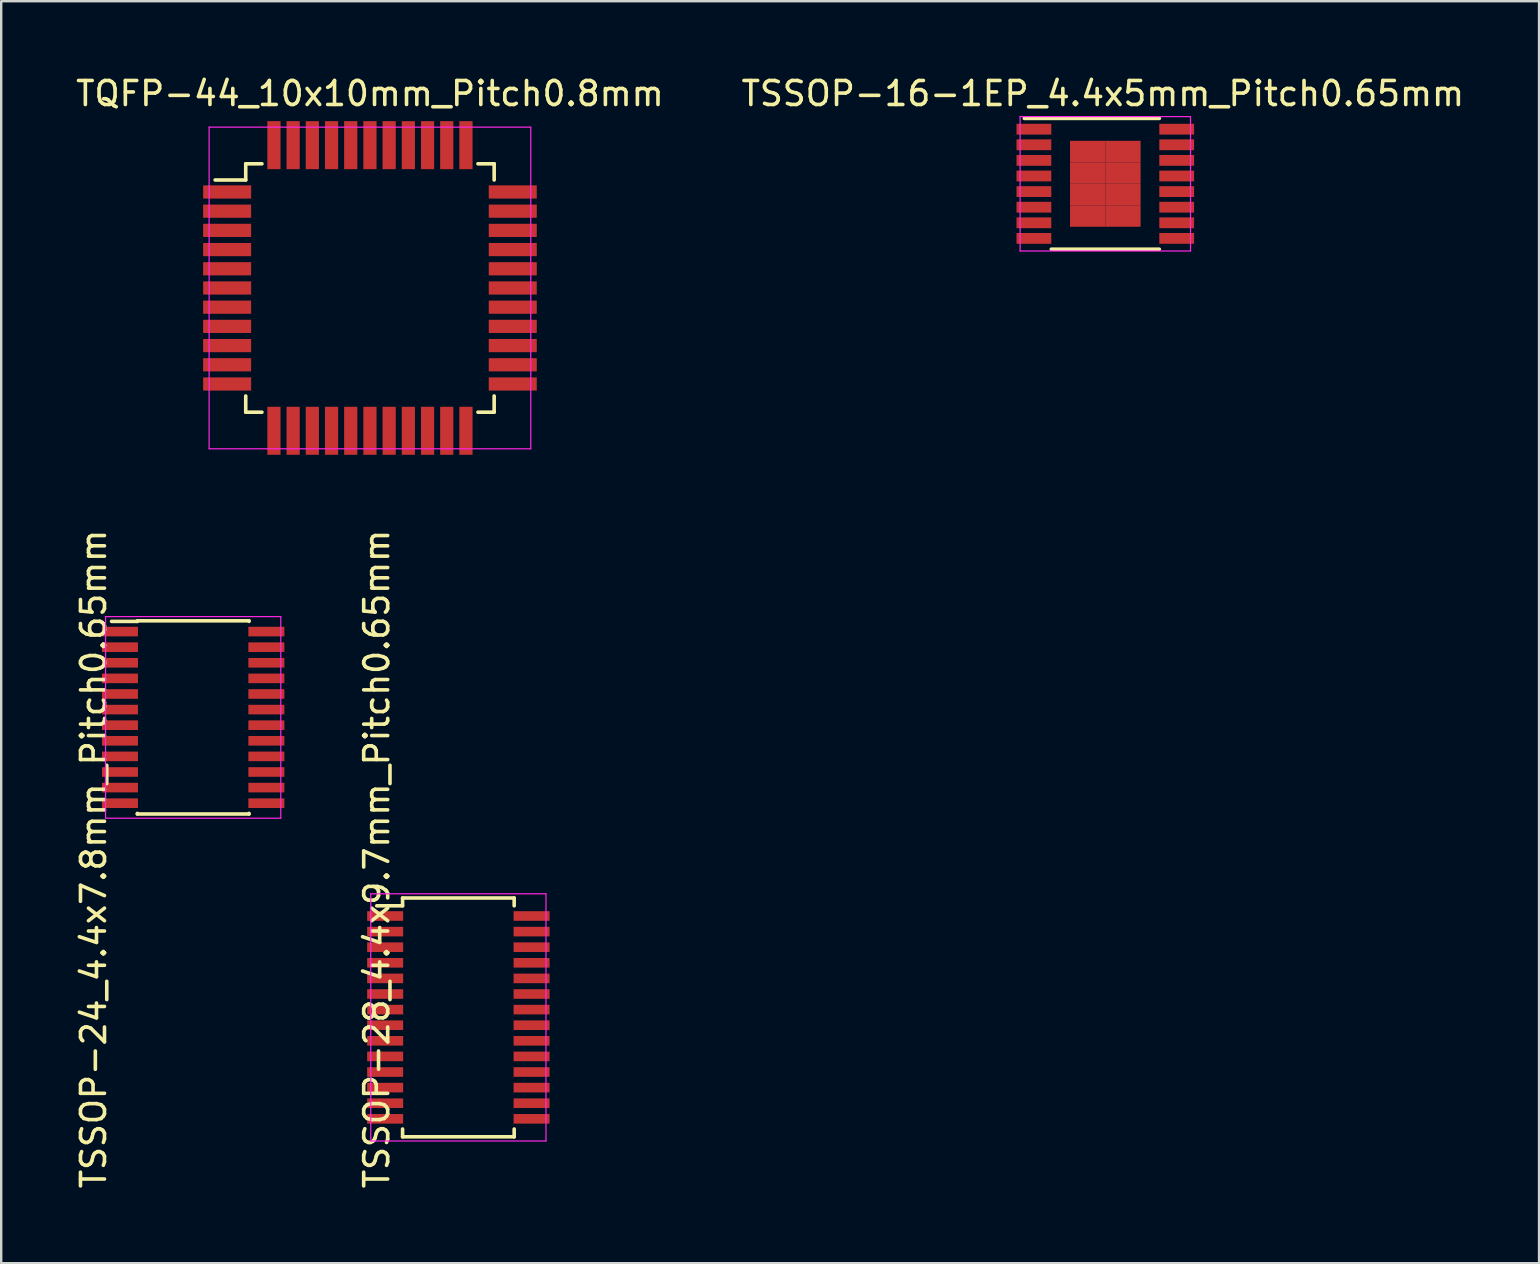
<source format=kicad_pcb>
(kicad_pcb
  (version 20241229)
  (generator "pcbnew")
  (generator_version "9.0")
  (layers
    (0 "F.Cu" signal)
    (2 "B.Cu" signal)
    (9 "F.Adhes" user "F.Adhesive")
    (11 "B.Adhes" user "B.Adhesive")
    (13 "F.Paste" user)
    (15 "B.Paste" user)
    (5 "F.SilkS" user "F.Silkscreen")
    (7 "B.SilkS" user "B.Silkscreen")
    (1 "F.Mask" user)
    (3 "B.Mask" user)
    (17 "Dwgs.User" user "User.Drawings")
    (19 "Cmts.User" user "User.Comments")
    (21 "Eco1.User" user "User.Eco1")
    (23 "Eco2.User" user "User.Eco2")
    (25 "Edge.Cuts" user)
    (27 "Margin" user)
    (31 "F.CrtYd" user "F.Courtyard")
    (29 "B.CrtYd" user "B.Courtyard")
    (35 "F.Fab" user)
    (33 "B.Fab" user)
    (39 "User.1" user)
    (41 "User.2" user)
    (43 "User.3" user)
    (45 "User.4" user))
  (footprint "TSSOP-16-1EP_4.4x5mm_Pitch0.65mm"
    (layer "F.Cu")
    (at 43 4.607)
    (property "Reference" "TSSOP-16-1EP_4.4x5mm_Pitch0.65mm" (at -0.102 -3.759 0) (layer "F.SilkS") (effects (font (size 1 1) (thickness 0.15))))
    (attr smd)
    (fp_line (start -3.375 -2.725) (end 2.25 -2.725) (stroke (width 0.15) (type solid)) (layer "F.SilkS"))
    (fp_line (start -2.25 2.725) (end 2.25 2.725) (stroke (width 0.15) (type solid)) (layer "F.SilkS"))
    (fp_line (start -3.55 -2.8) (end -3.55 2.8) (stroke (width 0.05) (type solid)) (layer "F.CrtYd"))
    (fp_line (start -3.55 -2.8) (end 3.55 -2.8) (stroke (width 0.05) (type solid)) (layer "F.CrtYd"))
    (fp_line (start -3.55 2.8) (end 3.55 2.8) (stroke (width 0.05) (type solid)) (layer "F.CrtYd"))
    (fp_line (start 3.55 -2.8) (end 3.55 2.8) (stroke (width 0.05) (type solid)) (layer "F.CrtYd"))
    (pad "1" smd rect (at -2.975 -2.275) (size 1.45 0.45) (layers "F.Cu" "F.Mask" "F.Paste"))
    (pad "2" smd rect (at -2.975 -1.625) (size 1.45 0.45) (layers "F.Cu" "F.Mask" "F.Paste"))
    (pad "3" smd rect (at -2.975 -0.975) (size 1.45 0.45) (layers "F.Cu" "F.Mask" "F.Paste"))
    (pad "4" smd rect (at -2.975 -0.325) (size 1.45 0.45) (layers "F.Cu" "F.Mask" "F.Paste"))
    (pad "5" smd rect (at -2.975 0.325) (size 1.45 0.45) (layers "F.Cu" "F.Mask" "F.Paste"))
    (pad "6" smd rect (at -2.975 0.975) (size 1.45 0.45) (layers "F.Cu" "F.Mask" "F.Paste"))
    (pad "7" smd rect (at -2.975 1.625) (size 1.45 0.45) (layers "F.Cu" "F.Mask" "F.Paste"))
    (pad "8" smd rect (at -2.975 2.275) (size 1.45 0.45) (layers "F.Cu" "F.Mask" "F.Paste"))
    (pad "9" smd rect (at 2.975 2.275) (size 1.45 0.45) (layers "F.Cu" "F.Mask" "F.Paste"))
    (pad "10" smd rect (at 2.975 1.625) (size 1.45 0.45) (layers "F.Cu" "F.Mask" "F.Paste"))
    (pad "11" smd rect (at 2.975 0.975) (size 1.45 0.45) (layers "F.Cu" "F.Mask" "F.Paste"))
    (pad "12" smd rect (at 2.975 0.325) (size 1.45 0.45) (layers "F.Cu" "F.Mask" "F.Paste"))
    (pad "13" smd rect (at 2.975 -0.325) (size 1.45 0.45) (layers "F.Cu" "F.Mask" "F.Paste"))
    (pad "14" smd rect (at 2.975 -0.975) (size 1.45 0.45) (layers "F.Cu" "F.Mask" "F.Paste"))
    (pad "15" smd rect (at 2.975 -1.625) (size 1.45 0.45) (layers "F.Cu" "F.Mask" "F.Paste"))
    (pad "16" smd rect (at 2.975 -2.275) (size 1.45 0.45) (layers "F.Cu" "F.Mask" "F.Paste"))
    (pad "17" smd rect (at -0.735 -1.343) (size 1.47 0.895) (layers "F.Cu" "F.Mask" "F.Paste"))
    (pad "17" smd rect (at -0.735 -0.448) (size 1.47 0.895) (layers "F.Cu" "F.Mask" "F.Paste"))
    (pad "17" smd rect (at -0.735 0.448) (size 1.47 0.895) (layers "F.Cu" "F.Mask" "F.Paste"))
    (pad "17" smd rect (at -0.735 1.343) (size 1.47 0.895) (layers "F.Cu" "F.Mask" "F.Paste"))
    (pad "17" smd rect (at 0.735 -1.343) (size 1.47 0.895) (layers "F.Cu" "F.Mask" "F.Paste"))
    (pad "17" smd rect (at 0.735 -0.448) (size 1.47 0.895) (layers "F.Cu" "F.Mask" "F.Paste"))
    (pad "17" smd rect (at 0.735 0.448) (size 1.47 0.895) (layers "F.Cu" "F.Mask" "F.Paste"))
    (pad "17" smd rect (at 0.735 1.343) (size 1.47 0.895) (layers "F.Cu" "F.Mask" "F.Paste")))
  (footprint "TSSOP-28_4.4x9.7mm_Pitch0.65mm"
    (layer "F.Cu")
    (at 16.047 39.338)
    (property "Reference" "TSSOP-28_4.4x9.7mm_Pitch0.65mm" (at -3.4 -6.6 90) (layer "F.SilkS") (effects (font (size 1 1) (thickness 0.15))))
    (attr smd)
    (fp_line (start -2.325 -4.975) (end -2.325 -4.65) (stroke (width 0.15) (type solid)) (layer "F.SilkS"))
    (fp_line (start -2.325 -4.975) (end 2.325 -4.975) (stroke (width 0.15) (type solid)) (layer "F.SilkS"))
    (fp_line (start -2.325 -4.65) (end -3.4 -4.65) (stroke (width 0.15) (type solid)) (layer "F.SilkS"))
    (fp_line (start -2.325 4.975) (end -2.325 4.65) (stroke (width 0.15) (type solid)) (layer "F.SilkS"))
    (fp_line (start -2.325 4.975) (end 2.325 4.975) (stroke (width 0.15) (type solid)) (layer "F.SilkS"))
    (fp_line (start 2.325 -4.975) (end 2.325 -4.65) (stroke (width 0.15) (type solid)) (layer "F.SilkS"))
    (fp_line (start 2.325 4.975) (end 2.325 4.65) (stroke (width 0.15) (type solid)) (layer "F.SilkS"))
    (fp_line (start -3.65 -5.15) (end -3.65 5.15) (stroke (width 0.05) (type solid)) (layer "F.CrtYd"))
    (fp_line (start -3.65 -5.15) (end 3.65 -5.15) (stroke (width 0.05) (type solid)) (layer "F.CrtYd"))
    (fp_line (start -3.65 5.15) (end 3.65 5.15) (stroke (width 0.05) (type solid)) (layer "F.CrtYd"))
    (fp_line (start 3.65 -5.15) (end 3.65 5.15) (stroke (width 0.05) (type solid)) (layer "F.CrtYd"))
    (pad "1" smd rect (at -3.05 -4.225) (size 1.5 0.4) (layers "F.Cu" "F.Mask"))
    (pad "2" smd rect (at -3.05 -3.575) (size 1.5 0.4) (layers "F.Cu" "F.Mask"))
    (pad "3" smd rect (at -3.05 -2.925) (size 1.5 0.4) (layers "F.Cu" "F.Mask"))
    (pad "4" smd rect (at -3.05 -2.275) (size 1.5 0.4) (layers "F.Cu" "F.Mask"))
    (pad "5" smd rect (at -3.05 -1.625) (size 1.5 0.4) (layers "F.Cu" "F.Mask"))
    (pad "6" smd rect (at -3.05 -0.975) (size 1.5 0.4) (layers "F.Cu" "F.Mask"))
    (pad "7" smd rect (at -3.05 -0.325) (size 1.5 0.4) (layers "F.Cu" "F.Mask"))
    (pad "8" smd rect (at -3.05 0.325) (size 1.5 0.4) (layers "F.Cu" "F.Mask"))
    (pad "9" smd rect (at -3.05 0.975) (size 1.5 0.4) (layers "F.Cu" "F.Mask"))
    (pad "10" smd rect (at -3.05 1.625) (size 1.5 0.4) (layers "F.Cu" "F.Mask"))
    (pad "11" smd rect (at -3.05 2.275) (size 1.5 0.4) (layers "F.Cu" "F.Mask"))
    (pad "12" smd rect (at -3.05 2.925) (size 1.5 0.4) (layers "F.Cu" "F.Mask"))
    (pad "13" smd rect (at -3.05 3.575) (size 1.5 0.4) (layers "F.Cu" "F.Mask"))
    (pad "14" smd rect (at -3.05 4.225) (size 1.5 0.4) (layers "F.Cu" "F.Mask"))
    (pad "15" smd rect (at 3.05 4.225) (size 1.5 0.4) (layers "F.Cu" "F.Mask"))
    (pad "16" smd rect (at 3.05 3.575) (size 1.5 0.4) (layers "F.Cu" "F.Mask"))
    (pad "17" smd rect (at 3.05 2.925) (size 1.5 0.4) (layers "F.Cu" "F.Mask"))
    (pad "18" smd rect (at 3.05 2.275) (size 1.5 0.4) (layers "F.Cu" "F.Mask"))
    (pad "19" smd rect (at 3.05 1.625) (size 1.5 0.4) (layers "F.Cu" "F.Mask"))
    (pad "20" smd rect (at 3.05 0.975) (size 1.5 0.4) (layers "F.Cu" "F.Mask"))
    (pad "21" smd rect (at 3.05 0.325) (size 1.5 0.4) (layers "F.Cu" "F.Mask"))
    (pad "22" smd rect (at 3.05 -0.325) (size 1.5 0.4) (layers "F.Cu" "F.Mask"))
    (pad "23" smd rect (at 3.05 -0.975) (size 1.5 0.4) (layers "F.Cu" "F.Mask"))
    (pad "24" smd rect (at 3.05 -1.625) (size 1.5 0.4) (layers "F.Cu" "F.Mask"))
    (pad "25" smd rect (at 3.05 -2.275) (size 1.5 0.4) (layers "F.Cu" "F.Mask"))
    (pad "26" smd rect (at 3.05 -2.925) (size 1.5 0.4) (layers "F.Cu" "F.Mask"))
    (pad "27" smd rect (at 3.05 -3.575) (size 1.5 0.4) (layers "F.Cu" "F.Mask"))
    (pad "28" smd rect (at 3.05 -4.225) (size 1.5 0.4) (layers "F.Cu" "F.Mask")))
  (footprint "TSSOP-24_4.4x7.8mm_Pitch0.65mm"
    (layer "F.Cu")
    (at 4.998 26.838)
    (property "Reference" "TSSOP-24_4.4x7.8mm_Pitch0.65mm" (at -4.15 5.9 90) (layer "F.SilkS") (effects (font (size 1 1) (thickness 0.15))))
    (attr smd)
    (fp_line (start -2.325 -4.025) (end -2.325 -4) (stroke (width 0.15) (type solid)) (layer "F.SilkS"))
    (fp_line (start -2.325 -4.025) (end 2.325 -4.025) (stroke (width 0.15) (type solid)) (layer "F.SilkS"))
    (fp_line (start -2.325 -4) (end -3.4 -4) (stroke (width 0.15) (type solid)) (layer "F.SilkS"))
    (fp_line (start -2.325 4.025) (end -2.325 4) (stroke (width 0.15) (type solid)) (layer "F.SilkS"))
    (fp_line (start -2.325 4.025) (end 2.325 4.025) (stroke (width 0.15) (type solid)) (layer "F.SilkS"))
    (fp_line (start 2.325 -4.025) (end 2.325 -4) (stroke (width 0.15) (type solid)) (layer "F.SilkS"))
    (fp_line (start 2.325 4.025) (end 2.325 4) (stroke (width 0.15) (type solid)) (layer "F.SilkS"))
    (fp_line (start -3.65 -4.2) (end -3.65 4.2) (stroke (width 0.05) (type solid)) (layer "F.CrtYd"))
    (fp_line (start -3.65 -4.2) (end 3.65 -4.2) (stroke (width 0.05) (type solid)) (layer "F.CrtYd"))
    (fp_line (start -3.65 4.2) (end 3.65 4.2) (stroke (width 0.05) (type solid)) (layer "F.CrtYd"))
    (fp_line (start 3.65 -4.2) (end 3.65 4.2) (stroke (width 0.05) (type solid)) (layer "F.CrtYd"))
    (pad "1" smd rect (at -3.05 -3.575) (size 1.5 0.4) (layers "F.Cu" "F.Mask"))
    (pad "2" smd rect (at -3.05 -2.925) (size 1.5 0.4) (layers "F.Cu" "F.Mask"))
    (pad "3" smd rect (at -3.05 -2.275) (size 1.5 0.4) (layers "F.Cu" "F.Mask"))
    (pad "4" smd rect (at -3.05 -1.625) (size 1.5 0.4) (layers "F.Cu" "F.Mask"))
    (pad "5" smd rect (at -3.05 -0.975) (size 1.5 0.4) (layers "F.Cu" "F.Mask"))
    (pad "6" smd rect (at -3.05 -0.325) (size 1.5 0.4) (layers "F.Cu" "F.Mask"))
    (pad "7" smd rect (at -3.05 0.325) (size 1.5 0.4) (layers "F.Cu" "F.Mask"))
    (pad "8" smd rect (at -3.05 0.975) (size 1.5 0.4) (layers "F.Cu" "F.Mask"))
    (pad "9" smd rect (at -3.05 1.625) (size 1.5 0.4) (layers "F.Cu" "F.Mask"))
    (pad "10" smd rect (at -3.05 2.275) (size 1.5 0.4) (layers "F.Cu" "F.Mask"))
    (pad "11" smd rect (at -3.05 2.925) (size 1.5 0.4) (layers "F.Cu" "F.Mask"))
    (pad "12" smd rect (at -3.05 3.575) (size 1.5 0.4) (layers "F.Cu" "F.Mask"))
    (pad "13" smd rect (at 3.05 3.575) (size 1.5 0.4) (layers "F.Cu" "F.Mask"))
    (pad "14" smd rect (at 3.05 2.925) (size 1.5 0.4) (layers "F.Cu" "F.Mask"))
    (pad "15" smd rect (at 3.05 2.275) (size 1.5 0.4) (layers "F.Cu" "F.Mask"))
    (pad "16" smd rect (at 3.05 1.625) (size 1.5 0.4) (layers "F.Cu" "F.Mask"))
    (pad "17" smd rect (at 3.05 0.975) (size 1.5 0.4) (layers "F.Cu" "F.Mask"))
    (pad "18" smd rect (at 3.05 0.325) (size 1.5 0.4) (layers "F.Cu" "F.Mask"))
    (pad "19" smd rect (at 3.05 -0.325) (size 1.5 0.4) (layers "F.Cu" "F.Mask"))
    (pad "20" smd rect (at 3.05 -0.975) (size 1.5 0.4) (layers "F.Cu" "F.Mask"))
    (pad "21" smd rect (at 3.05 -1.625) (size 1.5 0.4) (layers "F.Cu" "F.Mask"))
    (pad "22" smd rect (at 3.05 -2.275) (size 1.5 0.4) (layers "F.Cu" "F.Mask"))
    (pad "23" smd rect (at 3.05 -2.925) (size 1.5 0.4) (layers "F.Cu" "F.Mask"))
    (pad "24" smd rect (at 3.05 -3.575) (size 1.5 0.4) (layers "F.Cu" "F.Mask")))
  (footprint "TQFP-44_10x10mm_Pitch0.8mm"
    (layer "F.Cu")
    (at 12.363 8.948)
    (property "Reference" "TQFP-44_10x10mm_Pitch0.8mm" (at 0 -8.1 0) (layer "F.SilkS") (effects (font (size 1 1) (thickness 0.15))))
    (attr smd)
    (fp_line (start -5.175 -5.175) (end -5.175 -4.5) (stroke (width 0.15) (type solid)) (layer "F.SilkS"))
    (fp_line (start -5.175 -5.175) (end -4.5 -5.175) (stroke (width 0.15) (type solid)) (layer "F.SilkS"))
    (fp_line (start -5.175 -4.5) (end -6.45 -4.5) (stroke (width 0.15) (type solid)) (layer "F.SilkS"))
    (fp_line (start -5.175 5.175) (end -5.175 4.5) (stroke (width 0.15) (type solid)) (layer "F.SilkS"))
    (fp_line (start -5.175 5.175) (end -4.5 5.175) (stroke (width 0.15) (type solid)) (layer "F.SilkS"))
    (fp_line (start 5.175 -5.175) (end 4.5 -5.175) (stroke (width 0.15) (type solid)) (layer "F.SilkS"))
    (fp_line (start 5.175 -5.175) (end 5.175 -4.5) (stroke (width 0.15) (type solid)) (layer "F.SilkS"))
    (fp_line (start 5.175 5.175) (end 4.5 5.175) (stroke (width 0.15) (type solid)) (layer "F.SilkS"))
    (fp_line (start 5.175 5.175) (end 5.175 4.5) (stroke (width 0.15) (type solid)) (layer "F.SilkS"))
    (fp_line (start -6.7 -6.7) (end -6.7 6.7) (stroke (width 0.05) (type solid)) (layer "F.CrtYd"))
    (fp_line (start -6.7 -6.7) (end 6.7 -6.7) (stroke (width 0.05) (type solid)) (layer "F.CrtYd"))
    (fp_line (start -6.7 6.7) (end 6.7 6.7) (stroke (width 0.05) (type solid)) (layer "F.CrtYd"))
    (fp_line (start 6.7 -6.7) (end 6.7 6.7) (stroke (width 0.05) (type solid)) (layer "F.CrtYd"))
    (pad "1" smd rect (at -5.95 -4) (size 2 0.55) (layers "F.Cu" "F.Mask"))
    (pad "2" smd rect (at -5.95 -3.2) (size 2 0.55) (layers "F.Cu" "F.Mask"))
    (pad "3" smd rect (at -5.95 -2.4) (size 2 0.55) (layers "F.Cu" "F.Mask"))
    (pad "4" smd rect (at -5.95 -1.6) (size 2 0.55) (layers "F.Cu" "F.Mask"))
    (pad "5" smd rect (at -5.95 -0.8) (size 2 0.55) (layers "F.Cu" "F.Mask"))
    (pad "6" smd rect (at -5.95 0) (size 2 0.55) (layers "F.Cu" "F.Mask"))
    (pad "7" smd rect (at -5.95 0.8) (size 2 0.55) (layers "F.Cu" "F.Mask"))
    (pad "8" smd rect (at -5.95 1.6) (size 2 0.55) (layers "F.Cu" "F.Mask"))
    (pad "9" smd rect (at -5.95 2.4) (size 2 0.55) (layers "F.Cu" "F.Mask"))
    (pad "10" smd rect (at -5.95 3.2) (size 2 0.55) (layers "F.Cu" "F.Mask"))
    (pad "11" smd rect (at -5.95 4) (size 2 0.55) (layers "F.Cu" "F.Mask"))
    (pad "12" smd rect (at -4 5.95 90) (size 2 0.55) (layers "F.Cu" "F.Mask"))
    (pad "13" smd rect (at -3.2 5.95 90) (size 2 0.55) (layers "F.Cu" "F.Mask"))
    (pad "14" smd rect (at -2.4 5.95 90) (size 2 0.55) (layers "F.Cu" "F.Mask"))
    (pad "15" smd rect (at -1.6 5.95 90) (size 2 0.55) (layers "F.Cu" "F.Mask"))
    (pad "16" smd rect (at -0.8 5.95 90) (size 2 0.55) (layers "F.Cu" "F.Mask"))
    (pad "17" smd rect (at 0 5.95 90) (size 2 0.55) (layers "F.Cu" "F.Mask"))
    (pad "18" smd rect (at 0.8 5.95 90) (size 2 0.55) (layers "F.Cu" "F.Mask"))
    (pad "19" smd rect (at 1.6 5.95 90) (size 2 0.55) (layers "F.Cu" "F.Mask"))
    (pad "20" smd rect (at 2.4 5.95 90) (size 2 0.55) (layers "F.Cu" "F.Mask"))
    (pad "21" smd rect (at 3.2 5.95 90) (size 2 0.55) (layers "F.Cu" "F.Mask"))
    (pad "22" smd rect (at 4 5.95 90) (size 2 0.55) (layers "F.Cu" "F.Mask"))
    (pad "23" smd rect (at 5.95 4) (size 2 0.55) (layers "F.Cu" "F.Mask"))
    (pad "24" smd rect (at 5.95 3.2) (size 2 0.55) (layers "F.Cu" "F.Mask"))
    (pad "25" smd rect (at 5.95 2.4) (size 2 0.55) (layers "F.Cu" "F.Mask"))
    (pad "26" smd rect (at 5.95 1.6) (size 2 0.55) (layers "F.Cu" "F.Mask"))
    (pad "27" smd rect (at 5.95 0.8) (size 2 0.55) (layers "F.Cu" "F.Mask"))
    (pad "28" smd rect (at 5.95 0) (size 2 0.55) (layers "F.Cu" "F.Mask"))
    (pad "29" smd rect (at 5.95 -0.8) (size 2 0.55) (layers "F.Cu" "F.Mask"))
    (pad "30" smd rect (at 5.95 -1.6) (size 2 0.55) (layers "F.Cu" "F.Mask"))
    (pad "31" smd rect (at 5.95 -2.4) (size 2 0.55) (layers "F.Cu" "F.Mask"))
    (pad "32" smd rect (at 5.95 -3.2) (size 2 0.55) (layers "F.Cu" "F.Mask"))
    (pad "33" smd rect (at 5.95 -4) (size 2 0.55) (layers "F.Cu" "F.Mask"))
    (pad "34" smd rect (at 4 -5.95 90) (size 2 0.55) (layers "F.Cu" "F.Mask"))
    (pad "35" smd rect (at 3.2 -5.95 90) (size 2 0.55) (layers "F.Cu" "F.Mask"))
    (pad "36" smd rect (at 2.4 -5.95 90) (size 2 0.55) (layers "F.Cu" "F.Mask"))
    (pad "37" smd rect (at 1.6 -5.95 90) (size 2 0.55) (layers "F.Cu" "F.Mask"))
    (pad "38" smd rect (at 0.8 -5.95 90) (size 2 0.55) (layers "F.Cu" "F.Mask"))
    (pad "39" smd rect (at 0 -5.95 90) (size 2 0.55) (layers "F.Cu" "F.Mask"))
    (pad "40" smd rect (at -0.8 -5.95 90) (size 2 0.55) (layers "F.Cu" "F.Mask"))
    (pad "41" smd rect (at -1.6 -5.95 90) (size 2 0.55) (layers "F.Cu" "F.Mask"))
    (pad "42" smd rect (at -2.4 -5.95 90) (size 2 0.55) (layers "F.Cu" "F.Mask"))
    (pad "43" smd rect (at -3.2 -5.95 90) (size 2 0.55) (layers "F.Cu" "F.Mask"))
    (pad "44" smd rect (at -4 -5.95 90) (size 2 0.55) (layers "F.Cu" "F.Mask")))
  (gr_rect
    (start -3 -3)
    (end 61.071 49.577)
    (stroke (width 0.1) (type default))
    (fill no)
    (layer "Edge.Cuts")))
</source>
